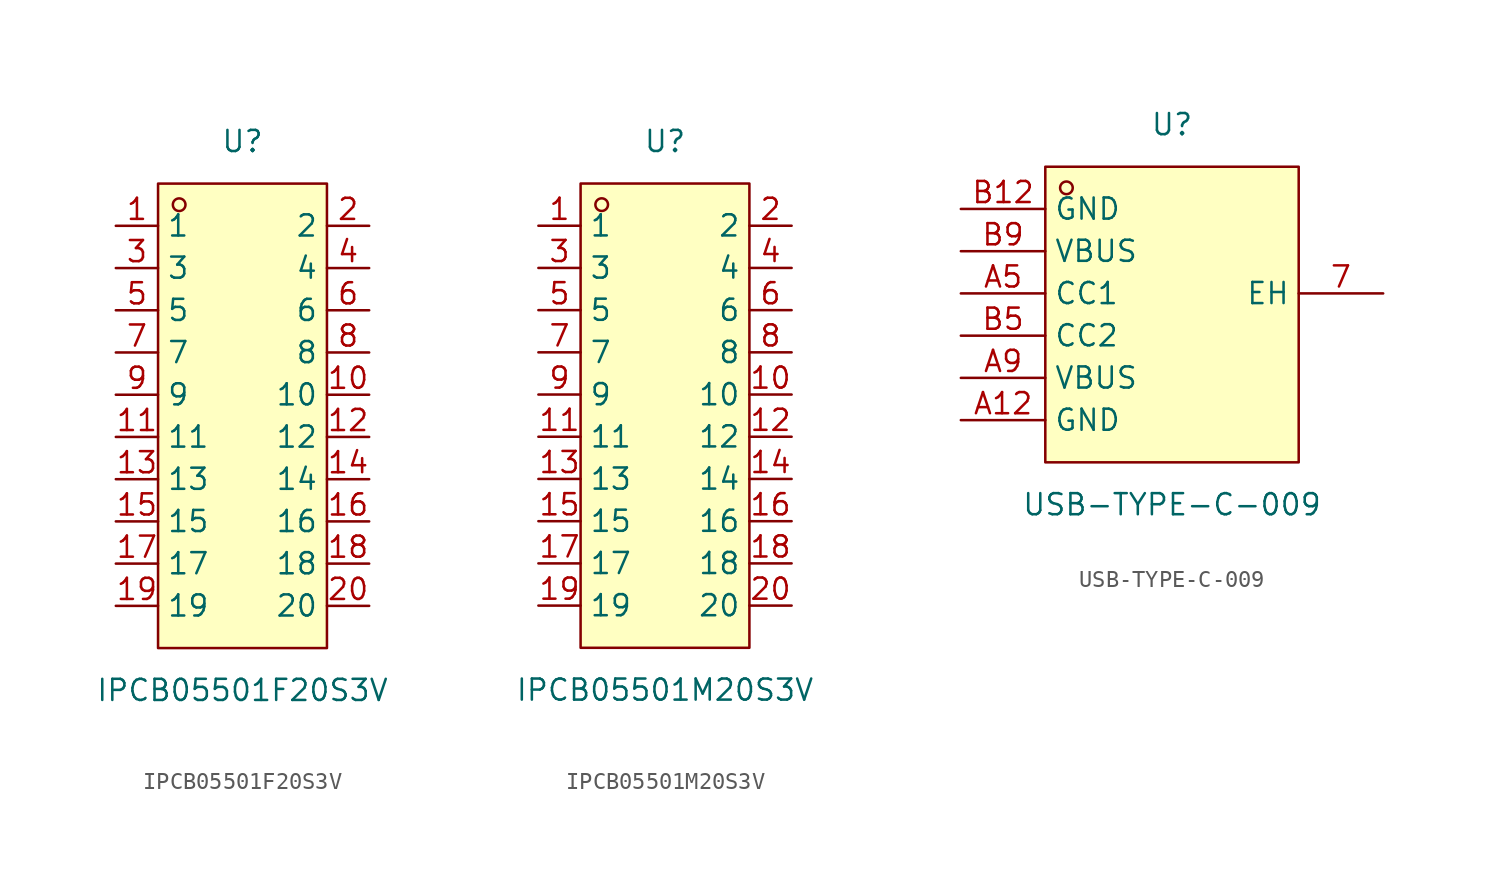
<source format=kicad_sym>
(kicad_symbol_lib
  (version 20211014)
  (generator https://github.com/uPesy/easyeda2kicad.py)
  (symbol "IPCB05501F20S3V"
    (property "Reference" "U"
      (at 0 17.78 0)
      (effects (font (size 1.27 1.27))))
    (property "Value" "IPCB05501F20S3V"
      (at 0 -15.24 0)
      (effects (font (size 1.27 1.27))))
    (symbol "IPCB05501F20S3V_0_1"
      (rectangle (start -5.08 15.24) (end 5.08 -12.70) (stroke (width 0) (type default) (color 0 0 0 0)) (fill (type background)))
      (circle (center -3.81 13.97) (radius 0.38) (stroke (width 0) (type default) (color 0 0 0 0)) (fill (type none)))
      (pin unspecified line (at 7.62 12.70 180) (length 2.54) (name "2" (effects (font (size 1.27 1.27)))) (number "2" (effects (font (size 1.27 1.27)))))
      (pin unspecified line (at -7.62 -10.16 0) (length 2.54) (name "19" (effects (font (size 1.27 1.27)))) (number "19" (effects (font (size 1.27 1.27)))))
      (pin unspecified line (at 7.62 10.16 180) (length 2.54) (name "4" (effects (font (size 1.27 1.27)))) (number "4" (effects (font (size 1.27 1.27)))))
      (pin unspecified line (at -7.62 -7.62 0) (length 2.54) (name "17" (effects (font (size 1.27 1.27)))) (number "17" (effects (font (size 1.27 1.27)))))
      (pin unspecified line (at 7.62 7.62 180) (length 2.54) (name "6" (effects (font (size 1.27 1.27)))) (number "6" (effects (font (size 1.27 1.27)))))
      (pin unspecified line (at -7.62 -5.08 0) (length 2.54) (name "15" (effects (font (size 1.27 1.27)))) (number "15" (effects (font (size 1.27 1.27)))))
      (pin unspecified line (at 7.62 5.08 180) (length 2.54) (name "8" (effects (font (size 1.27 1.27)))) (number "8" (effects (font (size 1.27 1.27)))))
      (pin unspecified line (at -7.62 -2.54 0) (length 2.54) (name "13" (effects (font (size 1.27 1.27)))) (number "13" (effects (font (size 1.27 1.27)))))
      (pin unspecified line (at 7.62 2.54 180) (length 2.54) (name "10" (effects (font (size 1.27 1.27)))) (number "10" (effects (font (size 1.27 1.27)))))
      (pin unspecified line (at -7.62 -0.00 0) (length 2.54) (name "11" (effects (font (size 1.27 1.27)))) (number "11" (effects (font (size 1.27 1.27)))))
      (pin unspecified line (at 7.62 -0.00 180) (length 2.54) (name "12" (effects (font (size 1.27 1.27)))) (number "12" (effects (font (size 1.27 1.27)))))
      (pin unspecified line (at -7.62 2.54 0) (length 2.54) (name "9" (effects (font (size 1.27 1.27)))) (number "9" (effects (font (size 1.27 1.27)))))
      (pin unspecified line (at 7.62 -2.54 180) (length 2.54) (name "14" (effects (font (size 1.27 1.27)))) (number "14" (effects (font (size 1.27 1.27)))))
      (pin unspecified line (at -7.62 5.08 0) (length 2.54) (name "7" (effects (font (size 1.27 1.27)))) (number "7" (effects (font (size 1.27 1.27)))))
      (pin unspecified line (at 7.62 -5.08 180) (length 2.54) (name "16" (effects (font (size 1.27 1.27)))) (number "16" (effects (font (size 1.27 1.27)))))
      (pin unspecified line (at -7.62 7.62 0) (length 2.54) (name "5" (effects (font (size 1.27 1.27)))) (number "5" (effects (font (size 1.27 1.27)))))
      (pin unspecified line (at 7.62 -7.62 180) (length 2.54) (name "18" (effects (font (size 1.27 1.27)))) (number "18" (effects (font (size 1.27 1.27)))))
      (pin unspecified line (at -7.62 10.16 0) (length 2.54) (name "3" (effects (font (size 1.27 1.27)))) (number "3" (effects (font (size 1.27 1.27)))))
      (pin unspecified line (at 7.62 -10.16 180) (length 2.54) (name "20" (effects (font (size 1.27 1.27)))) (number "20" (effects (font (size 1.27 1.27)))))
      (pin unspecified line (at -7.62 12.70 0) (length 2.54) (name "1" (effects (font (size 1.27 1.27)))) (number "1" (effects (font (size 1.27 1.27)))))))
  (symbol "IPCB05501M20S3V"
    (property "Reference" "U"
      (at 0 17.78 0)
      (effects (font (size 1.27 1.27))))
    (property "Value" "IPCB05501M20S3V"
      (at 0 -15.24 0)
      (effects (font (size 1.27 1.27))))
    (symbol "IPCB05501M20S3V_0_1"
      (rectangle (start -5.08 15.24) (end 5.08 -12.70) (stroke (width 0) (type default) (color 0 0 0 0)) (fill (type background)))
      (circle (center -3.81 13.97) (radius 0.38) (stroke (width 0) (type default) (color 0 0 0 0)) (fill (type none)))
      (pin unspecified line (at -7.62 12.70 0) (length 2.54) (name "1" (effects (font (size 1.27 1.27)))) (number "1" (effects (font (size 1.27 1.27)))))
      (pin unspecified line (at 7.62 -10.16 180) (length 2.54) (name "20" (effects (font (size 1.27 1.27)))) (number "20" (effects (font (size 1.27 1.27)))))
      (pin unspecified line (at -7.62 10.16 0) (length 2.54) (name "3" (effects (font (size 1.27 1.27)))) (number "3" (effects (font (size 1.27 1.27)))))
      (pin unspecified line (at 7.62 -7.62 180) (length 2.54) (name "18" (effects (font (size 1.27 1.27)))) (number "18" (effects (font (size 1.27 1.27)))))
      (pin unspecified line (at -7.62 7.62 0) (length 2.54) (name "5" (effects (font (size 1.27 1.27)))) (number "5" (effects (font (size 1.27 1.27)))))
      (pin unspecified line (at 7.62 -5.08 180) (length 2.54) (name "16" (effects (font (size 1.27 1.27)))) (number "16" (effects (font (size 1.27 1.27)))))
      (pin unspecified line (at -7.62 5.08 0) (length 2.54) (name "7" (effects (font (size 1.27 1.27)))) (number "7" (effects (font (size 1.27 1.27)))))
      (pin unspecified line (at 7.62 -2.54 180) (length 2.54) (name "14" (effects (font (size 1.27 1.27)))) (number "14" (effects (font (size 1.27 1.27)))))
      (pin unspecified line (at -7.62 2.54 0) (length 2.54) (name "9" (effects (font (size 1.27 1.27)))) (number "9" (effects (font (size 1.27 1.27)))))
      (pin unspecified line (at 7.62 -0.00 180) (length 2.54) (name "12" (effects (font (size 1.27 1.27)))) (number "12" (effects (font (size 1.27 1.27)))))
      (pin unspecified line (at -7.62 -0.00 0) (length 2.54) (name "11" (effects (font (size 1.27 1.27)))) (number "11" (effects (font (size 1.27 1.27)))))
      (pin unspecified line (at 7.62 2.54 180) (length 2.54) (name "10" (effects (font (size 1.27 1.27)))) (number "10" (effects (font (size 1.27 1.27)))))
      (pin unspecified line (at -7.62 -2.54 0) (length 2.54) (name "13" (effects (font (size 1.27 1.27)))) (number "13" (effects (font (size 1.27 1.27)))))
      (pin unspecified line (at 7.62 5.08 180) (length 2.54) (name "8" (effects (font (size 1.27 1.27)))) (number "8" (effects (font (size 1.27 1.27)))))
      (pin unspecified line (at -7.62 -5.08 0) (length 2.54) (name "15" (effects (font (size 1.27 1.27)))) (number "15" (effects (font (size 1.27 1.27)))))
      (pin unspecified line (at 7.62 7.62 180) (length 2.54) (name "6" (effects (font (size 1.27 1.27)))) (number "6" (effects (font (size 1.27 1.27)))))
      (pin unspecified line (at -7.62 -7.62 0) (length 2.54) (name "17" (effects (font (size 1.27 1.27)))) (number "17" (effects (font (size 1.27 1.27)))))
      (pin unspecified line (at 7.62 10.16 180) (length 2.54) (name "4" (effects (font (size 1.27 1.27)))) (number "4" (effects (font (size 1.27 1.27)))))
      (pin unspecified line (at -7.62 -10.16 0) (length 2.54) (name "19" (effects (font (size 1.27 1.27)))) (number "19" (effects (font (size 1.27 1.27)))))
      (pin unspecified line (at 7.62 12.70 180) (length 2.54) (name "2" (effects (font (size 1.27 1.27)))) (number "2" (effects (font (size 1.27 1.27)))))))
  (symbol "USB-TYPE-C-009"
    (property "Reference" "U"
      (at 0 12.70 0)
      (effects (font (size 1.27 1.27))))
    (property "Value" "USB-TYPE-C-009"
      (at 0 -10.16 0)
      (effects (font (size 1.27 1.27))))
    (symbol "USB-TYPE-C-009_0_1"
      (rectangle (start -7.62 10.16) (end 7.62 -7.62) (stroke (width 0) (type default) (color 0 0 0 0)) (fill (type background)))
      (circle (center -6.35 8.89) (radius 0.38) (stroke (width 0) (type default) (color 0 0 0 0)) (fill (type none)))
      (pin unspecified line (at 12.70 2.54 180) (length 5.08) (name "EH" (effects (font (size 1.27 1.27)))) (number "7" (effects (font (size 1.27 1.27)))))
      (pin unspecified line (at -12.70 -5.08 0) (length 5.08) (name "GND" (effects (font (size 1.27 1.27)))) (number "A12" (effects (font (size 1.27 1.27)))))
      (pin unspecified line (at -12.70 -2.54 0) (length 5.08) (name "VBUS" (effects (font (size 1.27 1.27)))) (number "A9" (effects (font (size 1.27 1.27)))))
      (pin unspecified line (at -12.70 2.54 0) (length 5.08) (name "CC1" (effects (font (size 1.27 1.27)))) (number "A5" (effects (font (size 1.27 1.27)))))
      (pin unspecified line (at -12.70 -0.00 0) (length 5.08) (name "CC2" (effects (font (size 1.27 1.27)))) (number "B5" (effects (font (size 1.27 1.27)))))
      (pin unspecified line (at -12.70 5.08 0) (length 5.08) (name "VBUS" (effects (font (size 1.27 1.27)))) (number "B9" (effects (font (size 1.27 1.27)))))
      (pin unspecified line (at -12.70 7.62 0) (length 5.08) (name "GND" (effects (font (size 1.27 1.27)))) (number "B12" (effects (font (size 1.27 1.27))))))))
</source>
